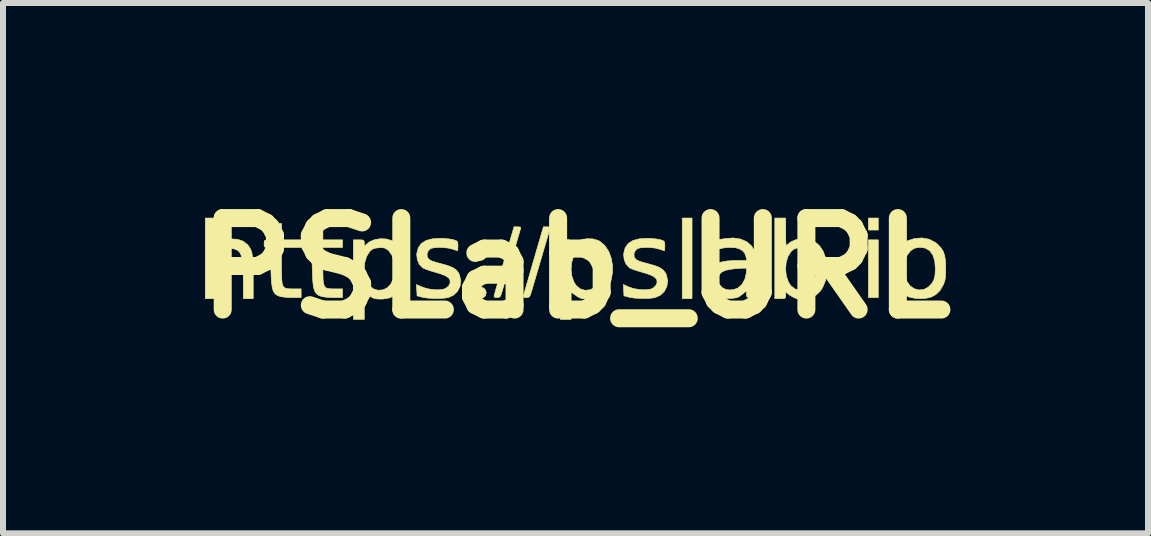
<source format=kicad_pcb>
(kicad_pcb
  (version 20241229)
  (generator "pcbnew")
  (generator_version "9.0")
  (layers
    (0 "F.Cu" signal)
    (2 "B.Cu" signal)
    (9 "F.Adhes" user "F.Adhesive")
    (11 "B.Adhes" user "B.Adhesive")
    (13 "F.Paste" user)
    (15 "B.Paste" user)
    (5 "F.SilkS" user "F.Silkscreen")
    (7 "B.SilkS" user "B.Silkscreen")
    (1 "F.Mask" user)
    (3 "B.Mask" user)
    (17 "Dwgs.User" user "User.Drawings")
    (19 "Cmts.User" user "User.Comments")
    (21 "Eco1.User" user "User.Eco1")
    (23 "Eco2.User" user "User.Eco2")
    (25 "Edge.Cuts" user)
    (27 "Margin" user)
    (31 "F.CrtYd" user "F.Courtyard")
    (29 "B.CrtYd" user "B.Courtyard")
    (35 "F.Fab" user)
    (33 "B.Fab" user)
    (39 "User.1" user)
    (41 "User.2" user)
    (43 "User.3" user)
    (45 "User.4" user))
  (footprint "PSLab_URL"
    (layer "F.Cu")
    (at 6.539 1.418)
    (property "Reference" "PSLab_URL" (at 0 0 0) (layer "F.SilkS") (effects (font (size 1.524 1.524) (thickness 0.3))))
    (attr through_hole)
    (fp_poly (pts (xy 1.941 0.508) (xy 1.778 0.508) (xy 1.778 -0.835) (xy 1.941 -0.835) (xy 1.941 0.508)) (stroke (width 0.01) (type solid)) (fill yes) (layer "F.SilkS"))
    (fp_poly (pts (xy 5.044 -0.635) (xy 4.88 -0.635) (xy 4.88 -0.835) (xy 5.044 -0.835) (xy 5.044 -0.635)) (stroke (width 0.01) (type solid)) (fill yes) (layer "F.SilkS"))
    (fp_poly (pts (xy 5.044 0.49) (xy 4.88 0.49) (xy 4.88 -0.472) (xy 5.044 -0.472) (xy 5.044 0.49)) (stroke (width 0.01) (type solid)) (fill yes) (layer "F.SilkS"))
    (fp_poly (pts (xy -1.548 -0.314) (xy -1.508 -0.284) (xy -1.488 -0.236) (xy -1.488 -0.225) (xy -1.502 -0.173) (xy -1.54 -0.14) (xy -1.589 -0.127) (xy -1.639 -0.137) (xy -1.681 -0.174) (xy -1.681 -0.174) (xy -1.701 -0.212) (xy -1.699 -0.243) (xy -1.686 -0.27) (xy -1.647 -0.309) (xy -1.598 -0.323) (xy -1.548 -0.314)) (stroke (width 0.01) (type solid)) (fill yes) (layer "F.SilkS"))
    (fp_poly (pts (xy -1.548 0.321) (xy -1.508 0.351) (xy -1.488 0.399) (xy -1.488 0.41) (xy -1.502 0.462) (xy -1.54 0.495) (xy -1.589 0.508) (xy -1.639 0.498) (xy -1.681 0.461) (xy -1.681 0.461) (xy -1.701 0.423) (xy -1.699 0.392) (xy -1.686 0.365) (xy -1.647 0.326) (xy -1.598 0.312) (xy -1.548 0.321)) (stroke (width 0.01) (type solid)) (fill yes) (layer "F.SilkS"))
    (fp_poly (pts (xy 4.55 0.325) (xy 4.582 0.354) (xy 4.588 0.365) (xy 4.605 0.403) (xy 4.6 0.434) (xy 4.584 0.461) (xy 4.543 0.499) (xy 4.499 0.508) (xy 4.447 0.494) (xy 4.415 0.461) (xy 4.395 0.423) (xy 4.397 0.392) (xy 4.41 0.365) (xy 4.44 0.33) (xy 4.485 0.318) (xy 4.499 0.318) (xy 4.55 0.325)) (stroke (width 0.01) (type solid)) (fill yes) (layer "F.SilkS"))
    (fp_poly (pts (xy -0.924 -0.686) (xy -0.912 -0.672) (xy -0.915 -0.658) (xy -0.923 -0.632) (xy -0.939 -0.577) (xy -0.963 -0.497) (xy -0.992 -0.397) (xy -1.026 -0.284) (xy -1.053 -0.19) (xy -1.091 -0.063) (xy -1.127 0.061) (xy -1.16 0.173) (xy -1.188 0.268) (xy -1.209 0.338) (xy -1.217 0.367) (xy -1.237 0.431) (xy -1.253 0.468) (xy -1.271 0.485) (xy -1.297 0.49) (xy -1.309 0.49) (xy -1.347 0.486) (xy -1.358 0.471) (xy -1.355 0.449) (xy -1.347 0.422) (xy -1.331 0.365) (xy -1.307 0.282) (xy -1.277 0.178) (xy -1.242 0.057) (xy -1.204 -0.076) (xy -1.185 -0.14) (xy -1.025 -0.689) (xy -0.965 -0.689) (xy -0.924 -0.686)) (stroke (width 0.01) (type solid)) (fill yes) (layer "F.SilkS"))
    (fp_poly (pts (xy -0.435 -0.686) (xy -0.422 -0.672) (xy -0.425 -0.658) (xy -0.433 -0.632) (xy -0.449 -0.577) (xy -0.473 -0.497) (xy -0.502 -0.397) (xy -0.536 -0.284) (xy -0.563 -0.19) (xy -0.601 -0.063) (xy -0.637 0.061) (xy -0.67 0.173) (xy -0.698 0.268) (xy -0.719 0.338) (xy -0.727 0.367) (xy -0.747 0.431) (xy -0.763 0.468) (xy -0.781 0.485) (xy -0.807 0.49) (xy -0.819 0.49) (xy -0.857 0.486) (xy -0.868 0.471) (xy -0.865 0.449) (xy -0.857 0.422) (xy -0.841 0.365) (xy -0.817 0.282) (xy -0.787 0.178) (xy -0.752 0.057) (xy -0.714 -0.076) (xy -0.695 -0.14) (xy -0.535 -0.689) (xy -0.475 -0.689) (xy -0.435 -0.686)) (stroke (width 0.01) (type solid)) (fill yes) (layer "F.SilkS"))
    (fp_poly (pts (xy -4.899 -0.472) (xy -4.572 -0.472) (xy -4.572 -0.345) (xy -4.899 -0.345) (xy -4.899 -0.04) (xy -4.898 0.087) (xy -4.895 0.183) (xy -4.888 0.251) (xy -4.874 0.297) (xy -4.851 0.325) (xy -4.817 0.339) (xy -4.768 0.344) (xy -4.707 0.345) (xy -4.572 0.345) (xy -4.572 0.49) (xy -4.731 0.489) (xy -4.821 0.486) (xy -4.897 0.477) (xy -4.947 0.463) (xy -4.947 0.463) (xy -4.986 0.443) (xy -5.016 0.415) (xy -5.038 0.377) (xy -5.053 0.322) (xy -5.064 0.246) (xy -5.071 0.144) (xy -5.076 0.011) (xy -5.077 -0.014) (xy -5.084 -0.345) (xy -5.137 -0.345) (xy -5.172 -0.348) (xy -5.186 -0.367) (xy -5.189 -0.408) (xy -5.186 -0.451) (xy -5.17 -0.468) (xy -5.134 -0.472) (xy -5.08 -0.472) (xy -5.08 -0.744) (xy -4.899 -0.744) (xy -4.899 -0.472)) (stroke (width 0.01) (type solid)) (fill yes) (layer "F.SilkS"))
    (fp_poly (pts (xy -4.209 -0.472) (xy -3.883 -0.472) (xy -3.883 -0.345) (xy -4.209 -0.345) (xy -4.209 -0.04) (xy -4.209 0.087) (xy -4.206 0.183) (xy -4.199 0.251) (xy -4.185 0.297) (xy -4.162 0.325) (xy -4.127 0.339) (xy -4.079 0.344) (xy -4.018 0.345) (xy -3.883 0.345) (xy -3.883 0.49) (xy -4.041 0.489) (xy -4.131 0.486) (xy -4.207 0.477) (xy -4.258 0.463) (xy -4.258 0.463) (xy -4.296 0.443) (xy -4.326 0.415) (xy -4.348 0.377) (xy -4.364 0.322) (xy -4.375 0.246) (xy -4.382 0.144) (xy -4.386 0.011) (xy -4.387 -0.014) (xy -4.395 -0.345) (xy -4.447 -0.345) (xy -4.482 -0.348) (xy -4.497 -0.367) (xy -4.499 -0.408) (xy -4.496 -0.451) (xy -4.481 -0.468) (xy -4.445 -0.472) (xy -4.391 -0.472) (xy -4.391 -0.744) (xy -4.209 -0.744) (xy -4.209 -0.472)) (stroke (width 0.01) (type solid)) (fill yes) (layer "F.SilkS"))
    (fp_poly (pts (xy -6.005 -0.364) (xy -5.928 -0.418) (xy -5.834 -0.466) (xy -5.733 -0.487) (xy -5.632 -0.481) (xy -5.54 -0.45) (xy -5.466 -0.393) (xy -5.464 -0.39) (xy -5.434 -0.352) (xy -5.411 -0.311) (xy -5.394 -0.262) (xy -5.383 -0.199) (xy -5.376 -0.117) (xy -5.372 -0.011) (xy -5.37 0.125) (xy -5.37 0.159) (xy -5.37 0.508) (xy -5.534 0.508) (xy -5.535 0.204) (xy -5.537 0.058) (xy -5.543 -0.056) (xy -5.553 -0.144) (xy -5.568 -0.208) (xy -5.59 -0.255) (xy -5.618 -0.288) (xy -5.627 -0.295) (xy -5.691 -0.323) (xy -5.77 -0.329) (xy -5.85 -0.312) (xy -5.877 -0.3) (xy -5.919 -0.273) (xy -5.951 -0.239) (xy -5.974 -0.192) (xy -5.99 -0.128) (xy -6 -0.042) (xy -6.004 0.071) (xy -6.005 0.19) (xy -6.005 0.508) (xy -6.169 0.508) (xy -6.169 -0.835) (xy -6.005 -0.835) (xy -6.005 -0.364)) (stroke (width 0.01) (type solid)) (fill yes) (layer "F.SilkS"))
    (fp_poly (pts (xy 5.89 -0.482) (xy 5.994 -0.429) (xy 6.028 -0.402) (xy 6.086 -0.342) (xy 6.126 -0.28) (xy 6.151 -0.208) (xy 6.164 -0.117) (xy 6.168 0) (xy 6.167 0.092) (xy 6.162 0.159) (xy 6.153 0.21) (xy 6.136 0.257) (xy 6.125 0.281) (xy 6.072 0.373) (xy 6.006 0.437) (xy 5.929 0.48) (xy 5.85 0.5) (xy 5.754 0.507) (xy 5.654 0.502) (xy 5.568 0.484) (xy 5.542 0.474) (xy 5.446 0.411) (xy 5.374 0.322) (xy 5.325 0.208) (xy 5.302 0.072) (xy 5.302 0.03) (xy 5.486 0.03) (xy 5.495 0.123) (xy 5.514 0.202) (xy 5.523 0.224) (xy 5.576 0.296) (xy 5.645 0.343) (xy 5.724 0.363) (xy 5.804 0.355) (xy 5.876 0.316) (xy 5.878 0.315) (xy 5.934 0.259) (xy 5.97 0.196) (xy 5.989 0.118) (xy 5.995 0.015) (xy 5.995 0.009) (xy 5.985 -0.12) (xy 5.953 -0.22) (xy 5.9 -0.292) (xy 5.826 -0.335) (xy 5.738 -0.348) (xy 5.652 -0.334) (xy 5.583 -0.291) (xy 5.525 -0.216) (xy 5.524 -0.216) (xy 5.501 -0.152) (xy 5.489 -0.066) (xy 5.486 0.03) (xy 5.302 0.03) (xy 5.302 -0.047) (xy 5.324 -0.189) (xy 5.368 -0.304) (xy 5.438 -0.393) (xy 5.532 -0.456) (xy 5.646 -0.493) (xy 5.772 -0.504) (xy 5.89 -0.482)) (stroke (width 0.01) (type solid)) (fill yes) (layer "F.SilkS"))
    (fp_poly (pts (xy -3.156 -0.487) (xy -3.068 -0.461) (xy -3.044 -0.449) (xy -2.96 -0.378) (xy -2.896 -0.283) (xy -2.853 -0.17) (xy -2.831 -0.046) (xy -2.832 0.081) (xy -2.856 0.207) (xy -2.904 0.323) (xy -2.937 0.375) (xy -3.009 0.45) (xy -3.097 0.495) (xy -3.207 0.514) (xy -3.243 0.515) (xy -3.314 0.512) (xy -3.365 0.5) (xy -3.414 0.474) (xy -3.438 0.457) (xy -3.52 0.4) (xy -3.52 0.853) (xy -3.701 0.853) (xy -3.701 0.018) (xy -3.521 0.018) (xy -3.509 0.129) (xy -3.475 0.228) (xy -3.436 0.29) (xy -3.368 0.345) (xy -3.288 0.369) (xy -3.204 0.36) (xy -3.139 0.328) (xy -3.079 0.267) (xy -3.038 0.183) (xy -3.015 0.084) (xy -3.012 -0.021) (xy -3.027 -0.124) (xy -3.06 -0.217) (xy -3.113 -0.291) (xy -3.132 -0.307) (xy -3.171 -0.332) (xy -3.213 -0.342) (xy -3.273 -0.341) (xy -3.282 -0.34) (xy -3.347 -0.331) (xy -3.39 -0.313) (xy -3.428 -0.279) (xy -3.431 -0.276) (xy -3.482 -0.194) (xy -3.512 -0.092) (xy -3.521 0.018) (xy -3.701 0.018) (xy -3.701 -0.472) (xy -3.61 -0.472) (xy -3.557 -0.471) (xy -3.53 -0.463) (xy -3.521 -0.444) (xy -3.52 -0.414) (xy -3.518 -0.377) (xy -3.51 -0.371) (xy -3.497 -0.385) (xy -3.434 -0.438) (xy -3.35 -0.474) (xy -3.253 -0.491) (xy -3.156 -0.487)) (stroke (width 0.01) (type solid)) (fill yes) (layer "F.SilkS"))
    (fp_poly (pts (xy 0.291 -0.487) (xy 0.379 -0.461) (xy 0.403 -0.449) (xy 0.487 -0.378) (xy 0.551 -0.283) (xy 0.594 -0.17) (xy 0.616 -0.046) (xy 0.615 0.081) (xy 0.591 0.207) (xy 0.543 0.323) (xy 0.51 0.375) (xy 0.438 0.45) (xy 0.35 0.495) (xy 0.24 0.514) (xy 0.204 0.515) (xy 0.133 0.512) (xy 0.082 0.5) (xy 0.033 0.474) (xy 0.009 0.457) (xy -0.073 0.4) (xy -0.073 0.853) (xy -0.254 0.853) (xy -0.254 0.018) (xy -0.074 0.018) (xy -0.062 0.129) (xy -0.028 0.228) (xy 0.011 0.29) (xy 0.08 0.345) (xy 0.159 0.369) (xy 0.243 0.36) (xy 0.308 0.328) (xy 0.368 0.267) (xy 0.409 0.183) (xy 0.432 0.084) (xy 0.436 -0.021) (xy 0.421 -0.124) (xy 0.387 -0.217) (xy 0.334 -0.291) (xy 0.315 -0.307) (xy 0.277 -0.332) (xy 0.235 -0.342) (xy 0.174 -0.341) (xy 0.165 -0.34) (xy 0.1 -0.331) (xy 0.057 -0.313) (xy 0.019 -0.279) (xy 0.016 -0.276) (xy -0.035 -0.194) (xy -0.065 -0.092) (xy -0.074 0.018) (xy -0.254 0.018) (xy -0.254 -0.472) (xy -0.163 -0.472) (xy -0.11 -0.471) (xy -0.083 -0.463) (xy -0.074 -0.444) (xy -0.073 -0.414) (xy -0.071 -0.377) (xy -0.062 -0.371) (xy -0.05 -0.385) (xy 0.013 -0.438) (xy 0.097 -0.474) (xy 0.194 -0.491) (xy 0.291 -0.487)) (stroke (width 0.01) (type solid)) (fill yes) (layer "F.SilkS"))
    (fp_poly (pts (xy 3.502 -0.595) (xy 3.502 -0.498) (xy 3.504 -0.432) (xy 3.508 -0.394) (xy 3.514 -0.379) (xy 3.523 -0.384) (xy 3.524 -0.385) (xy 3.587 -0.438) (xy 3.672 -0.474) (xy 3.768 -0.491) (xy 3.865 -0.487) (xy 3.954 -0.461) (xy 3.977 -0.449) (xy 4.061 -0.378) (xy 4.125 -0.283) (xy 4.168 -0.17) (xy 4.19 -0.046) (xy 4.189 0.081) (xy 4.165 0.207) (xy 4.117 0.323) (xy 4.084 0.375) (xy 4.011 0.447) (xy 3.916 0.497) (xy 3.81 0.519) (xy 3.701 0.512) (xy 3.688 0.509) (xy 3.635 0.488) (xy 3.578 0.455) (xy 3.565 0.446) (xy 3.502 0.397) (xy 3.502 0.453) (xy 3.5 0.485) (xy 3.488 0.502) (xy 3.456 0.507) (xy 3.411 0.508) (xy 3.32 0.508) (xy 3.32 0.018) (xy 3.5 0.018) (xy 3.512 0.129) (xy 3.546 0.228) (xy 3.585 0.29) (xy 3.654 0.345) (xy 3.733 0.369) (xy 3.817 0.36) (xy 3.883 0.328) (xy 3.942 0.267) (xy 3.983 0.183) (xy 4.006 0.084) (xy 4.01 -0.021) (xy 3.995 -0.124) (xy 3.961 -0.217) (xy 3.908 -0.291) (xy 3.889 -0.307) (xy 3.851 -0.332) (xy 3.809 -0.342) (xy 3.748 -0.341) (xy 3.739 -0.34) (xy 3.674 -0.331) (xy 3.631 -0.313) (xy 3.593 -0.279) (xy 3.59 -0.276) (xy 3.539 -0.194) (xy 3.509 -0.092) (xy 3.5 0.018) (xy 3.32 0.018) (xy 3.32 -0.835) (xy 3.502 -0.835) (xy 3.502 -0.595)) (stroke (width 0.01) (type solid)) (fill yes) (layer "F.SilkS"))
    (fp_poly (pts (xy -2.185 -0.494) (xy -2.106 -0.487) (xy -2.045 -0.477) (xy -2.037 -0.474) (xy -1.989 -0.459) (xy -1.967 -0.44) (xy -1.96 -0.405) (xy -1.959 -0.371) (xy -1.961 -0.323) (xy -1.964 -0.294) (xy -1.966 -0.29) (xy -1.986 -0.296) (xy -2.028 -0.31) (xy -2.052 -0.318) (xy -2.118 -0.334) (xy -2.198 -0.344) (xy -2.281 -0.346) (xy -2.355 -0.341) (xy -2.407 -0.329) (xy -2.413 -0.327) (xy -2.454 -0.289) (xy -2.474 -0.237) (xy -2.47 -0.186) (xy -2.467 -0.181) (xy -2.449 -0.155) (xy -2.423 -0.134) (xy -2.381 -0.115) (xy -2.316 -0.095) (xy -2.231 -0.072) (xy -2.122 -0.041) (xy -2.044 -0.009) (xy -1.989 0.028) (xy -1.952 0.074) (xy -1.933 0.113) (xy -1.912 0.209) (xy -1.924 0.301) (xy -1.965 0.384) (xy -2.032 0.449) (xy -2.118 0.489) (xy -2.186 0.5) (xy -2.276 0.505) (xy -2.375 0.504) (xy -2.471 0.498) (xy -2.549 0.485) (xy -2.558 0.483) (xy -2.64 0.461) (xy -2.645 0.367) (xy -2.651 0.273) (xy -2.564 0.312) (xy -2.48 0.34) (xy -2.385 0.356) (xy -2.291 0.361) (xy -2.21 0.353) (xy -2.163 0.337) (xy -2.114 0.297) (xy -2.089 0.244) (xy -2.093 0.192) (xy -2.12 0.157) (xy -2.175 0.123) (xy -2.262 0.09) (xy -2.346 0.066) (xy -2.422 0.043) (xy -2.491 0.019) (xy -2.539 -0.002) (xy -2.549 -0.007) (xy -2.601 -0.061) (xy -2.635 -0.137) (xy -2.646 -0.222) (xy -2.644 -0.246) (xy -2.62 -0.34) (xy -2.569 -0.411) (xy -2.491 -0.461) (xy -2.385 -0.489) (xy -2.268 -0.497) (xy -2.185 -0.494)) (stroke (width 0.01) (type solid)) (fill yes) (layer "F.SilkS"))
    (fp_poly (pts (xy 1.262 -0.494) (xy 1.341 -0.487) (xy 1.402 -0.477) (xy 1.411 -0.474) (xy 1.458 -0.459) (xy 1.481 -0.44) (xy 1.487 -0.405) (xy 1.488 -0.371) (xy 1.486 -0.323) (xy 1.483 -0.294) (xy 1.481 -0.29) (xy 1.461 -0.296) (xy 1.419 -0.31) (xy 1.395 -0.318) (xy 1.329 -0.334) (xy 1.249 -0.344) (xy 1.166 -0.346) (xy 1.092 -0.341) (xy 1.04 -0.329) (xy 1.034 -0.327) (xy 0.994 -0.289) (xy 0.973 -0.237) (xy 0.978 -0.186) (xy 0.98 -0.181) (xy 0.998 -0.155) (xy 1.024 -0.134) (xy 1.067 -0.115) (xy 1.131 -0.095) (xy 1.216 -0.072) (xy 1.325 -0.041) (xy 1.403 -0.009) (xy 1.458 0.028) (xy 1.495 0.074) (xy 1.515 0.113) (xy 1.535 0.209) (xy 1.523 0.301) (xy 1.482 0.384) (xy 1.415 0.449) (xy 1.329 0.489) (xy 1.262 0.5) (xy 1.171 0.505) (xy 1.072 0.504) (xy 0.977 0.498) (xy 0.898 0.485) (xy 0.889 0.483) (xy 0.807 0.461) (xy 0.802 0.367) (xy 0.796 0.273) (xy 0.884 0.312) (xy 0.967 0.34) (xy 1.062 0.356) (xy 1.156 0.361) (xy 1.237 0.353) (xy 1.285 0.337) (xy 1.333 0.297) (xy 1.358 0.244) (xy 1.355 0.192) (xy 1.327 0.157) (xy 1.272 0.123) (xy 1.185 0.09) (xy 1.102 0.066) (xy 1.025 0.043) (xy 0.956 0.019) (xy 0.908 -0.002) (xy 0.898 -0.007) (xy 0.846 -0.061) (xy 0.812 -0.137) (xy 0.801 -0.222) (xy 0.803 -0.246) (xy 0.827 -0.34) (xy 0.878 -0.411) (xy 0.956 -0.461) (xy 1.062 -0.489) (xy 1.179 -0.497) (xy 1.262 -0.494)) (stroke (width 0.01) (type solid)) (fill yes) (layer "F.SilkS"))
    (fp_poly (pts (xy 2.75 -0.485) (xy 2.853 -0.44) (xy 2.933 -0.37) (xy 2.981 -0.292) (xy 2.995 -0.258) (xy 3.005 -0.221) (xy 3.012 -0.174) (xy 3.018 -0.111) (xy 3.022 -0.026) (xy 3.025 0.086) (xy 3.026 0.141) (xy 3.034 0.49) (xy 2.941 0.49) (xy 2.887 0.489) (xy 2.859 0.482) (xy 2.85 0.463) (xy 2.848 0.435) (xy 2.848 0.379) (xy 2.774 0.439) (xy 2.733 0.469) (xy 2.697 0.488) (xy 2.652 0.498) (xy 2.588 0.503) (xy 2.552 0.504) (xy 2.472 0.506) (xy 2.417 0.501) (xy 2.377 0.49) (xy 2.345 0.473) (xy 2.272 0.407) (xy 2.224 0.323) (xy 2.203 0.229) (xy 2.205 0.193) (xy 2.377 0.193) (xy 2.393 0.265) (xy 2.438 0.321) (xy 2.506 0.355) (xy 2.568 0.363) (xy 2.636 0.355) (xy 2.696 0.336) (xy 2.706 0.331) (xy 2.775 0.27) (xy 2.821 0.184) (xy 2.843 0.092) (xy 2.853 0) (xy 2.783 0.001) (xy 2.728 0.003) (xy 2.653 0.01) (xy 2.585 0.018) (xy 2.489 0.038) (xy 2.424 0.073) (xy 2.388 0.124) (xy 2.377 0.193) (xy 2.205 0.193) (xy 2.208 0.132) (xy 2.241 0.041) (xy 2.296 -0.029) (xy 2.355 -0.072) (xy 2.429 -0.102) (xy 2.525 -0.12) (xy 2.648 -0.127) (xy 2.686 -0.127) (xy 2.853 -0.127) (xy 2.842 -0.184) (xy 2.821 -0.247) (xy 2.782 -0.291) (xy 2.734 -0.32) (xy 2.669 -0.34) (xy 2.582 -0.346) (xy 2.487 -0.341) (xy 2.395 -0.322) (xy 2.361 -0.311) (xy 2.268 -0.276) (xy 2.268 -0.356) (xy 2.27 -0.399) (xy 2.281 -0.429) (xy 2.307 -0.45) (xy 2.353 -0.467) (xy 2.426 -0.482) (xy 2.486 -0.492) (xy 2.627 -0.503) (xy 2.75 -0.485)) (stroke (width 0.01) (type solid)) (fill yes) (layer "F.SilkS")))
  (gr_rect
    (start -3 -3)
    (end 16.077 5.836)
    (stroke (width 0.1) (type default))
    (fill no)
    (layer "Edge.Cuts")))
</source>
